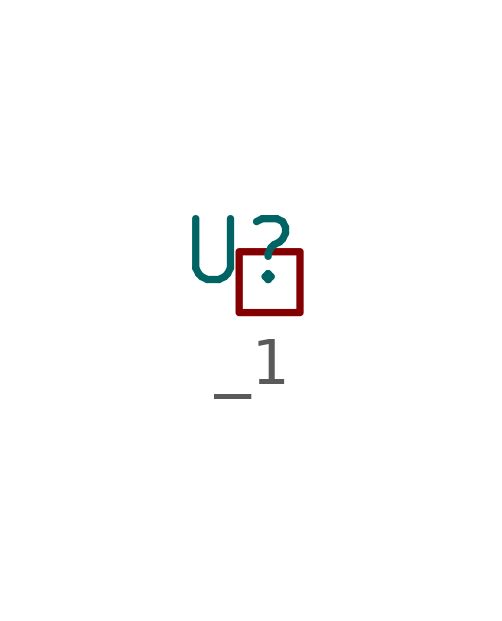
<source format=kicad_sym>
(kicad_symbol_lib
  (version 20241209)
  (generator "kicad_symbol_editor")
  (generator_version "9.0")
  (symbol "_1"
    (property "Reference" "U"
      (at 0 0 0)
      (effects (font (size 1.27 1.27))))
    (property "Value" ""
      (at 0 0 0)
      (effects (font (size 1.27 1.27))))
    (symbol "_1_0_1"
      (rectangle (start 1.27 0) (end 0 -1.27) (stroke (width 0) (type default)) (fill (type none))))))
</source>
